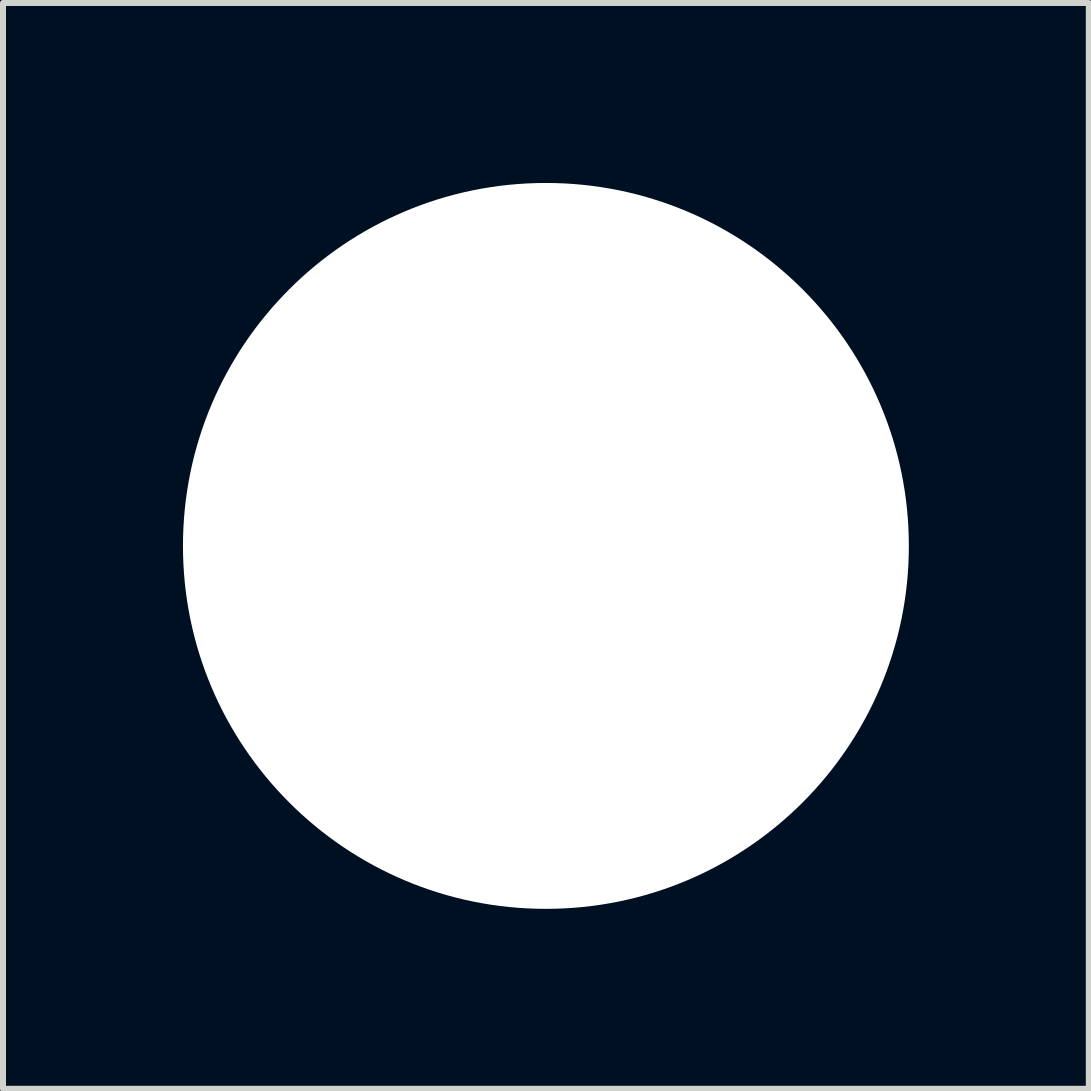
<source format=kicad_pcb>
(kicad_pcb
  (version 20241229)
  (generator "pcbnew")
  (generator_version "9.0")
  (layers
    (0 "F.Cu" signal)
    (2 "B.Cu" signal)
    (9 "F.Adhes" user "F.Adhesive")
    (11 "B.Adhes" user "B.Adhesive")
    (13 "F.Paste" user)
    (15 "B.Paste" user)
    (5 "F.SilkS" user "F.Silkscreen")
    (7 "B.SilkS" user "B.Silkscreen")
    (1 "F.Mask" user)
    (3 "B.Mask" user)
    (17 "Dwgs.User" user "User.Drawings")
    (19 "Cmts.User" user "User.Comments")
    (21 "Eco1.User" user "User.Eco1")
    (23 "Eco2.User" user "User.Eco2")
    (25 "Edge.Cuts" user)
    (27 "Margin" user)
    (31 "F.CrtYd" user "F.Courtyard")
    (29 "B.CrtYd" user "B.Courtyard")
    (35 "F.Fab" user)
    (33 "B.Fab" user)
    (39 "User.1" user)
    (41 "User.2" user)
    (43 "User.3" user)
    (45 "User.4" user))
  (footprint "M11_HOLE"
    (layer "F.Cu")
    (at 6.05 6.05)
    (property "Reference" "M11_HOLE" (at 0 -2.5 0) (layer "F.Fab") (effects (font (size 1 1) (thickness 0.15))))
    (attr through_hole)
    (fp_line (start -1.8 -1.8) (end 1.8 -1.8) (stroke (width 0.01) (type solid)) (layer "F.CrtYd"))
    (fp_line (start -1.8 1.8) (end -1.8 -1.8) (stroke (width 0.01) (type solid)) (layer "F.CrtYd"))
    (fp_line (start 1.8 -1.8) (end 1.8 1.8) (stroke (width 0.01) (type solid)) (layer "F.CrtYd"))
    (fp_line (start 1.8 1.8) (end -1.8 1.8) (stroke (width 0.01) (type solid)) (layer "F.CrtYd"))
    (pad "" np_thru_hole circle (at 0 0) (size 12.1 12.1) (drill 12.1) (layers "*.Cu" "F.Mask")))
  (gr_rect
    (start -3 -3)
    (end 15.1 15.1)
    (stroke (width 0.1) (type default))
    (fill no)
    (layer "Edge.Cuts")))
</source>
